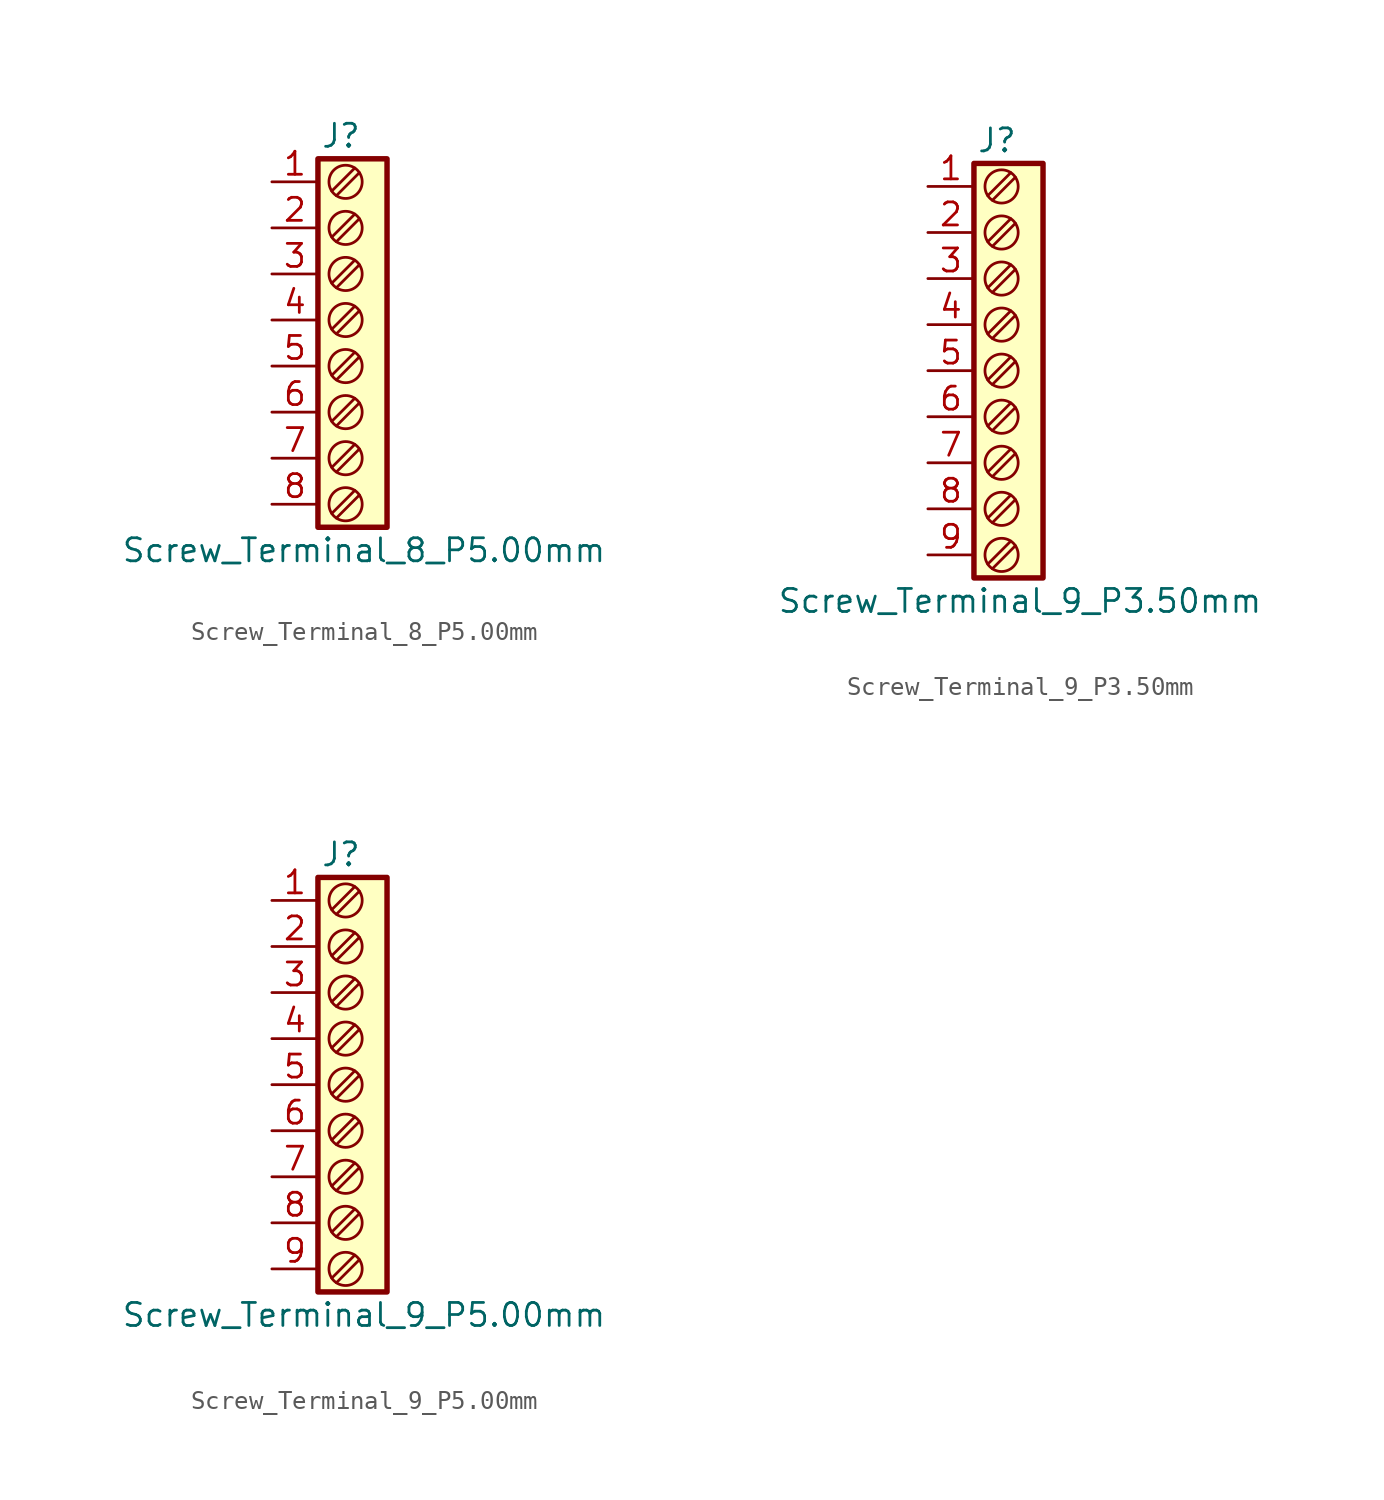
<source format=kicad_sym>
(kicad_symbol_lib
  (version 20211014)
  (generator kicad_symbol_editor)
  (symbol "Screw_Terminal_8_P5.00mm"
    (property "Reference" "J"
      (at 0 11.43 0)
      (effects (font (size 1.27 1.27))))
    (property "Value" "Screw_Terminal_8_P5.00mm"
      (at 1.27 -11.43 0)
      (effects (font (size 1.27 1.27))))
    (symbol "Screw_Terminal_8_P5.00mm_0_1"
      (rectangle (start -1.27 10.16) (end 2.54 -10.16) (stroke (width 0.3) (type default) (color 0 0 0 0)) (fill (type background)))
      (polyline (pts (xy -0.254 -9.652) (xy 1.016 -8.382)) (stroke (width 0) (type default) (color 0 0 0 0)) (fill (type none)))
      (polyline (pts (xy -0.254 -7.112) (xy 1.016 -5.842)) (stroke (width 0) (type default) (color 0 0 0 0)) (fill (type none)))
      (polyline (pts (xy -0.254 -4.572) (xy 1.016 -3.302)) (stroke (width 0) (type default) (color 0 0 0 0)) (fill (type none)))
      (polyline (pts (xy -0.254 -2.032) (xy 1.016 -0.762)) (stroke (width 0) (type default) (color 0 0 0 0)) (fill (type none)))
      (polyline (pts (xy -0.254 0.508) (xy 1.016 1.778)) (stroke (width 0) (type default) (color 0 0 0 0)) (fill (type none)))
      (polyline (pts (xy -0.254 3.048) (xy 1.016 4.318)) (stroke (width 0) (type default) (color 0 0 0 0)) (fill (type none)))
      (polyline (pts (xy -0.254 5.588) (xy 1.016 6.858)) (stroke (width 0) (type default) (color 0 0 0 0)) (fill (type none)))
      (polyline (pts (xy -0.254 8.128) (xy 1.016 9.398)) (stroke (width 0) (type default) (color 0 0 0 0)) (fill (type none)))
      (polyline (pts (xy 0 -8.89) (xy -0.508 -9.398) (xy 0.762 -8.128)) (stroke (width 0) (type default) (color 0 0 0 0)) (fill (type none)))
      (polyline (pts (xy 0 -6.35) (xy -0.508 -6.858) (xy 0.762 -5.588)) (stroke (width 0) (type default) (color 0 0 0 0)) (fill (type none)))
      (polyline (pts (xy 0 -3.81) (xy -0.508 -4.318) (xy 0.762 -3.048)) (stroke (width 0) (type default) (color 0 0 0 0)) (fill (type none)))
      (polyline (pts (xy 0 -1.27) (xy -0.508 -1.778) (xy 0.762 -0.508)) (stroke (width 0) (type default) (color 0 0 0 0)) (fill (type none)))
      (polyline (pts (xy 0 1.27) (xy -0.508 0.762) (xy 0.762 2.032)) (stroke (width 0) (type default) (color 0 0 0 0)) (fill (type none)))
      (polyline (pts (xy 0 3.81) (xy -0.508 3.302) (xy 0.762 4.572)) (stroke (width 0) (type default) (color 0 0 0 0)) (fill (type none)))
      (polyline (pts (xy 0 6.35) (xy -0.508 5.842) (xy 0.762 7.112)) (stroke (width 0) (type default) (color 0 0 0 0)) (fill (type none)))
      (polyline (pts (xy 0 8.89) (xy -0.508 8.382) (xy 0.762 9.652)) (stroke (width 0) (type default) (color 0 0 0 0)) (fill (type none)))
      (circle (center 0.254 -8.89) (radius 0.916) (stroke (width 0) (type default) (color 0 0 0 0)) (fill (type none)))
      (circle (center 0.254 -6.35) (radius 0.916) (stroke (width 0) (type default) (color 0 0 0 0)) (fill (type none)))
      (circle (center 0.254 -3.81) (radius 0.916) (stroke (width 0) (type default) (color 0 0 0 0)) (fill (type none)))
      (circle (center 0.254 -1.27) (radius 0.916) (stroke (width 0) (type default) (color 0 0 0 0)) (fill (type none)))
      (circle (center 0.254 1.27) (radius 0.916) (stroke (width 0) (type default) (color 0 0 0 0)) (fill (type none)))
      (circle (center 0.254 3.81) (radius 0.916) (stroke (width 0) (type default) (color 0 0 0 0)) (fill (type none)))
      (circle (center 0.254 6.35) (radius 0.916) (stroke (width 0) (type default) (color 0 0 0 0)) (fill (type none)))
      (circle (center 0.254 8.89) (radius 0.916) (stroke (width 0) (type default) (color 0 0 0 0)) (fill (type none))))
    (symbol "Screw_Terminal_8_P5.00mm_1_1"
      (pin passive line (at -3.81 8.89 0) (length 2.54) (name "" (effects (font (size 1.27 1.27)))) (number "1" (effects (font (size 1.27 1.27)))))
      (pin passive line (at -3.81 6.35 0) (length 2.54) (name "" (effects (font (size 1.27 1.27)))) (number "2" (effects (font (size 1.27 1.27)))))
      (pin passive line (at -3.81 3.81 0) (length 2.54) (name "" (effects (font (size 1.27 1.27)))) (number "3" (effects (font (size 1.27 1.27)))))
      (pin passive line (at -3.81 1.27 0) (length 2.54) (name "" (effects (font (size 1.27 1.27)))) (number "4" (effects (font (size 1.27 1.27)))))
      (pin passive line (at -3.81 -1.27 0) (length 2.54) (name "" (effects (font (size 1.27 1.27)))) (number "5" (effects (font (size 1.27 1.27)))))
      (pin passive line (at -3.81 -3.81 0) (length 2.54) (name "" (effects (font (size 1.27 1.27)))) (number "6" (effects (font (size 1.27 1.27)))))
      (pin passive line (at -3.81 -6.35 0) (length 2.54) (name "" (effects (font (size 1.27 1.27)))) (number "7" (effects (font (size 1.27 1.27)))))
      (pin passive line (at -3.81 -8.89 0) (length 2.54) (name "" (effects (font (size 1.27 1.27)))) (number "8" (effects (font (size 1.27 1.27)))))))
  (symbol "Screw_Terminal_9_P3.50mm"
    (property "Reference" "J"
      (at 0 12.7 0)
      (effects (font (size 1.27 1.27))))
    (property "Value" "Screw_Terminal_9_P3.50mm"
      (at 1.27 -12.7 0)
      (effects (font (size 1.27 1.27))))
    (symbol "Screw_Terminal_9_P3.50mm_0_1"
      (rectangle (start -1.27 11.43) (end 2.54 -11.43) (stroke (width 0.3) (type default) (color 0 0 0 0)) (fill (type background)))
      (polyline (pts (xy -0.254 -10.922) (xy 1.016 -9.652)) (stroke (width 0) (type default) (color 0 0 0 0)) (fill (type none)))
      (polyline (pts (xy -0.254 -8.382) (xy 1.016 -7.112)) (stroke (width 0) (type default) (color 0 0 0 0)) (fill (type none)))
      (polyline (pts (xy -0.254 -5.842) (xy 1.016 -4.572)) (stroke (width 0) (type default) (color 0 0 0 0)) (fill (type none)))
      (polyline (pts (xy -0.254 -3.302) (xy 1.016 -2.032)) (stroke (width 0) (type default) (color 0 0 0 0)) (fill (type none)))
      (polyline (pts (xy -0.254 -0.762) (xy 1.016 0.508)) (stroke (width 0) (type default) (color 0 0 0 0)) (fill (type none)))
      (polyline (pts (xy -0.254 1.778) (xy 1.016 3.048)) (stroke (width 0) (type default) (color 0 0 0 0)) (fill (type none)))
      (polyline (pts (xy -0.254 4.318) (xy 1.016 5.588)) (stroke (width 0) (type default) (color 0 0 0 0)) (fill (type none)))
      (polyline (pts (xy -0.254 6.858) (xy 1.016 8.128)) (stroke (width 0) (type default) (color 0 0 0 0)) (fill (type none)))
      (polyline (pts (xy -0.254 9.398) (xy 1.016 10.668)) (stroke (width 0) (type default) (color 0 0 0 0)) (fill (type none)))
      (polyline (pts (xy 0 -10.16) (xy -0.508 -10.668) (xy 0.762 -9.398)) (stroke (width 0) (type default) (color 0 0 0 0)) (fill (type none)))
      (polyline (pts (xy 0 -7.62) (xy -0.508 -8.128) (xy 0.762 -6.858)) (stroke (width 0) (type default) (color 0 0 0 0)) (fill (type none)))
      (polyline (pts (xy 0 -5.08) (xy -0.508 -5.588) (xy 0.762 -4.318)) (stroke (width 0) (type default) (color 0 0 0 0)) (fill (type none)))
      (polyline (pts (xy 0 -2.54) (xy -0.508 -3.048) (xy 0.762 -1.778)) (stroke (width 0) (type default) (color 0 0 0 0)) (fill (type none)))
      (polyline (pts (xy 0 0) (xy -0.508 -0.508) (xy 0.762 0.762)) (stroke (width 0) (type default) (color 0 0 0 0)) (fill (type none)))
      (polyline (pts (xy 0 2.54) (xy -0.508 2.032) (xy 0.762 3.302)) (stroke (width 0) (type default) (color 0 0 0 0)) (fill (type none)))
      (polyline (pts (xy 0 5.08) (xy -0.508 4.572) (xy 0.762 5.842)) (stroke (width 0) (type default) (color 0 0 0 0)) (fill (type none)))
      (polyline (pts (xy 0 7.62) (xy -0.508 7.112) (xy 0.762 8.382)) (stroke (width 0) (type default) (color 0 0 0 0)) (fill (type none)))
      (polyline (pts (xy 0 10.16) (xy -0.508 9.652) (xy 0.762 10.922)) (stroke (width 0) (type default) (color 0 0 0 0)) (fill (type none)))
      (circle (center 0.254 -10.16) (radius 0.916) (stroke (width 0) (type default) (color 0 0 0 0)) (fill (type none)))
      (circle (center 0.254 -7.62) (radius 0.916) (stroke (width 0) (type default) (color 0 0 0 0)) (fill (type none)))
      (circle (center 0.254 -5.08) (radius 0.916) (stroke (width 0) (type default) (color 0 0 0 0)) (fill (type none)))
      (circle (center 0.254 -2.54) (radius 0.916) (stroke (width 0) (type default) (color 0 0 0 0)) (fill (type none)))
      (circle (center 0.254 0) (radius 0.916) (stroke (width 0) (type default) (color 0 0 0 0)) (fill (type none)))
      (circle (center 0.254 2.54) (radius 0.916) (stroke (width 0) (type default) (color 0 0 0 0)) (fill (type none)))
      (circle (center 0.254 5.08) (radius 0.916) (stroke (width 0) (type default) (color 0 0 0 0)) (fill (type none)))
      (circle (center 0.254 7.62) (radius 0.916) (stroke (width 0) (type default) (color 0 0 0 0)) (fill (type none)))
      (circle (center 0.254 10.16) (radius 0.916) (stroke (width 0) (type default) (color 0 0 0 0)) (fill (type none))))
    (symbol "Screw_Terminal_9_P3.50mm_1_1"
      (pin passive line (at -3.81 10.16 0) (length 2.54) (name "" (effects (font (size 1.27 1.27)))) (number "1" (effects (font (size 1.27 1.27)))))
      (pin passive line (at -3.81 7.62 0) (length 2.54) (name "" (effects (font (size 1.27 1.27)))) (number "2" (effects (font (size 1.27 1.27)))))
      (pin passive line (at -3.81 5.08 0) (length 2.54) (name "" (effects (font (size 1.27 1.27)))) (number "3" (effects (font (size 1.27 1.27)))))
      (pin passive line (at -3.81 2.54 0) (length 2.54) (name "" (effects (font (size 1.27 1.27)))) (number "4" (effects (font (size 1.27 1.27)))))
      (pin passive line (at -3.81 0 0) (length 2.54) (name "" (effects (font (size 1.27 1.27)))) (number "5" (effects (font (size 1.27 1.27)))))
      (pin passive line (at -3.81 -2.54 0) (length 2.54) (name "" (effects (font (size 1.27 1.27)))) (number "6" (effects (font (size 1.27 1.27)))))
      (pin passive line (at -3.81 -5.08 0) (length 2.54) (name "" (effects (font (size 1.27 1.27)))) (number "7" (effects (font (size 1.27 1.27)))))
      (pin passive line (at -3.81 -7.62 0) (length 2.54) (name "" (effects (font (size 1.27 1.27)))) (number "8" (effects (font (size 1.27 1.27)))))
      (pin passive line (at -3.81 -10.16 0) (length 2.54) (name "" (effects (font (size 1.27 1.27)))) (number "9" (effects (font (size 1.27 1.27)))))))
  (symbol "Screw_Terminal_9_P5.00mm"
    (property "Reference" "J"
      (at 0 12.7 0)
      (effects (font (size 1.27 1.27))))
    (property "Value" "Screw_Terminal_9_P5.00mm"
      (at 1.27 -12.7 0)
      (effects (font (size 1.27 1.27))))
    (symbol "Screw_Terminal_9_P5.00mm_0_1"
      (rectangle (start -1.27 11.43) (end 2.54 -11.43) (stroke (width 0.3) (type default) (color 0 0 0 0)) (fill (type background)))
      (polyline (pts (xy -0.254 -10.922) (xy 1.016 -9.652)) (stroke (width 0) (type default) (color 0 0 0 0)) (fill (type none)))
      (polyline (pts (xy -0.254 -8.382) (xy 1.016 -7.112)) (stroke (width 0) (type default) (color 0 0 0 0)) (fill (type none)))
      (polyline (pts (xy -0.254 -5.842) (xy 1.016 -4.572)) (stroke (width 0) (type default) (color 0 0 0 0)) (fill (type none)))
      (polyline (pts (xy -0.254 -3.302) (xy 1.016 -2.032)) (stroke (width 0) (type default) (color 0 0 0 0)) (fill (type none)))
      (polyline (pts (xy -0.254 -0.762) (xy 1.016 0.508)) (stroke (width 0) (type default) (color 0 0 0 0)) (fill (type none)))
      (polyline (pts (xy -0.254 1.778) (xy 1.016 3.048)) (stroke (width 0) (type default) (color 0 0 0 0)) (fill (type none)))
      (polyline (pts (xy -0.254 4.318) (xy 1.016 5.588)) (stroke (width 0) (type default) (color 0 0 0 0)) (fill (type none)))
      (polyline (pts (xy -0.254 6.858) (xy 1.016 8.128)) (stroke (width 0) (type default) (color 0 0 0 0)) (fill (type none)))
      (polyline (pts (xy -0.254 9.398) (xy 1.016 10.668)) (stroke (width 0) (type default) (color 0 0 0 0)) (fill (type none)))
      (polyline (pts (xy 0 -10.16) (xy -0.508 -10.668) (xy 0.762 -9.398)) (stroke (width 0) (type default) (color 0 0 0 0)) (fill (type none)))
      (polyline (pts (xy 0 -7.62) (xy -0.508 -8.128) (xy 0.762 -6.858)) (stroke (width 0) (type default) (color 0 0 0 0)) (fill (type none)))
      (polyline (pts (xy 0 -5.08) (xy -0.508 -5.588) (xy 0.762 -4.318)) (stroke (width 0) (type default) (color 0 0 0 0)) (fill (type none)))
      (polyline (pts (xy 0 -2.54) (xy -0.508 -3.048) (xy 0.762 -1.778)) (stroke (width 0) (type default) (color 0 0 0 0)) (fill (type none)))
      (polyline (pts (xy 0 0) (xy -0.508 -0.508) (xy 0.762 0.762)) (stroke (width 0) (type default) (color 0 0 0 0)) (fill (type none)))
      (polyline (pts (xy 0 2.54) (xy -0.508 2.032) (xy 0.762 3.302)) (stroke (width 0) (type default) (color 0 0 0 0)) (fill (type none)))
      (polyline (pts (xy 0 5.08) (xy -0.508 4.572) (xy 0.762 5.842)) (stroke (width 0) (type default) (color 0 0 0 0)) (fill (type none)))
      (polyline (pts (xy 0 7.62) (xy -0.508 7.112) (xy 0.762 8.382)) (stroke (width 0) (type default) (color 0 0 0 0)) (fill (type none)))
      (polyline (pts (xy 0 10.16) (xy -0.508 9.652) (xy 0.762 10.922)) (stroke (width 0) (type default) (color 0 0 0 0)) (fill (type none)))
      (circle (center 0.254 -10.16) (radius 0.916) (stroke (width 0) (type default) (color 0 0 0 0)) (fill (type none)))
      (circle (center 0.254 -7.62) (radius 0.916) (stroke (width 0) (type default) (color 0 0 0 0)) (fill (type none)))
      (circle (center 0.254 -5.08) (radius 0.916) (stroke (width 0) (type default) (color 0 0 0 0)) (fill (type none)))
      (circle (center 0.254 -2.54) (radius 0.916) (stroke (width 0) (type default) (color 0 0 0 0)) (fill (type none)))
      (circle (center 0.254 0) (radius 0.916) (stroke (width 0) (type default) (color 0 0 0 0)) (fill (type none)))
      (circle (center 0.254 2.54) (radius 0.916) (stroke (width 0) (type default) (color 0 0 0 0)) (fill (type none)))
      (circle (center 0.254 5.08) (radius 0.916) (stroke (width 0) (type default) (color 0 0 0 0)) (fill (type none)))
      (circle (center 0.254 7.62) (radius 0.916) (stroke (width 0) (type default) (color 0 0 0 0)) (fill (type none)))
      (circle (center 0.254 10.16) (radius 0.916) (stroke (width 0) (type default) (color 0 0 0 0)) (fill (type none))))
    (symbol "Screw_Terminal_9_P5.00mm_1_1"
      (pin passive line (at -3.81 10.16 0) (length 2.54) (name "" (effects (font (size 1.27 1.27)))) (number "1" (effects (font (size 1.27 1.27)))))
      (pin passive line (at -3.81 7.62 0) (length 2.54) (name "" (effects (font (size 1.27 1.27)))) (number "2" (effects (font (size 1.27 1.27)))))
      (pin passive line (at -3.81 5.08 0) (length 2.54) (name "" (effects (font (size 1.27 1.27)))) (number "3" (effects (font (size 1.27 1.27)))))
      (pin passive line (at -3.81 2.54 0) (length 2.54) (name "" (effects (font (size 1.27 1.27)))) (number "4" (effects (font (size 1.27 1.27)))))
      (pin passive line (at -3.81 0 0) (length 2.54) (name "" (effects (font (size 1.27 1.27)))) (number "5" (effects (font (size 1.27 1.27)))))
      (pin passive line (at -3.81 -2.54 0) (length 2.54) (name "" (effects (font (size 1.27 1.27)))) (number "6" (effects (font (size 1.27 1.27)))))
      (pin passive line (at -3.81 -5.08 0) (length 2.54) (name "" (effects (font (size 1.27 1.27)))) (number "7" (effects (font (size 1.27 1.27)))))
      (pin passive line (at -3.81 -7.62 0) (length 2.54) (name "" (effects (font (size 1.27 1.27)))) (number "8" (effects (font (size 1.27 1.27)))))
      (pin passive line (at -3.81 -10.16 0) (length 2.54) (name "" (effects (font (size 1.27 1.27)))) (number "9" (effects (font (size 1.27 1.27))))))))
</source>
